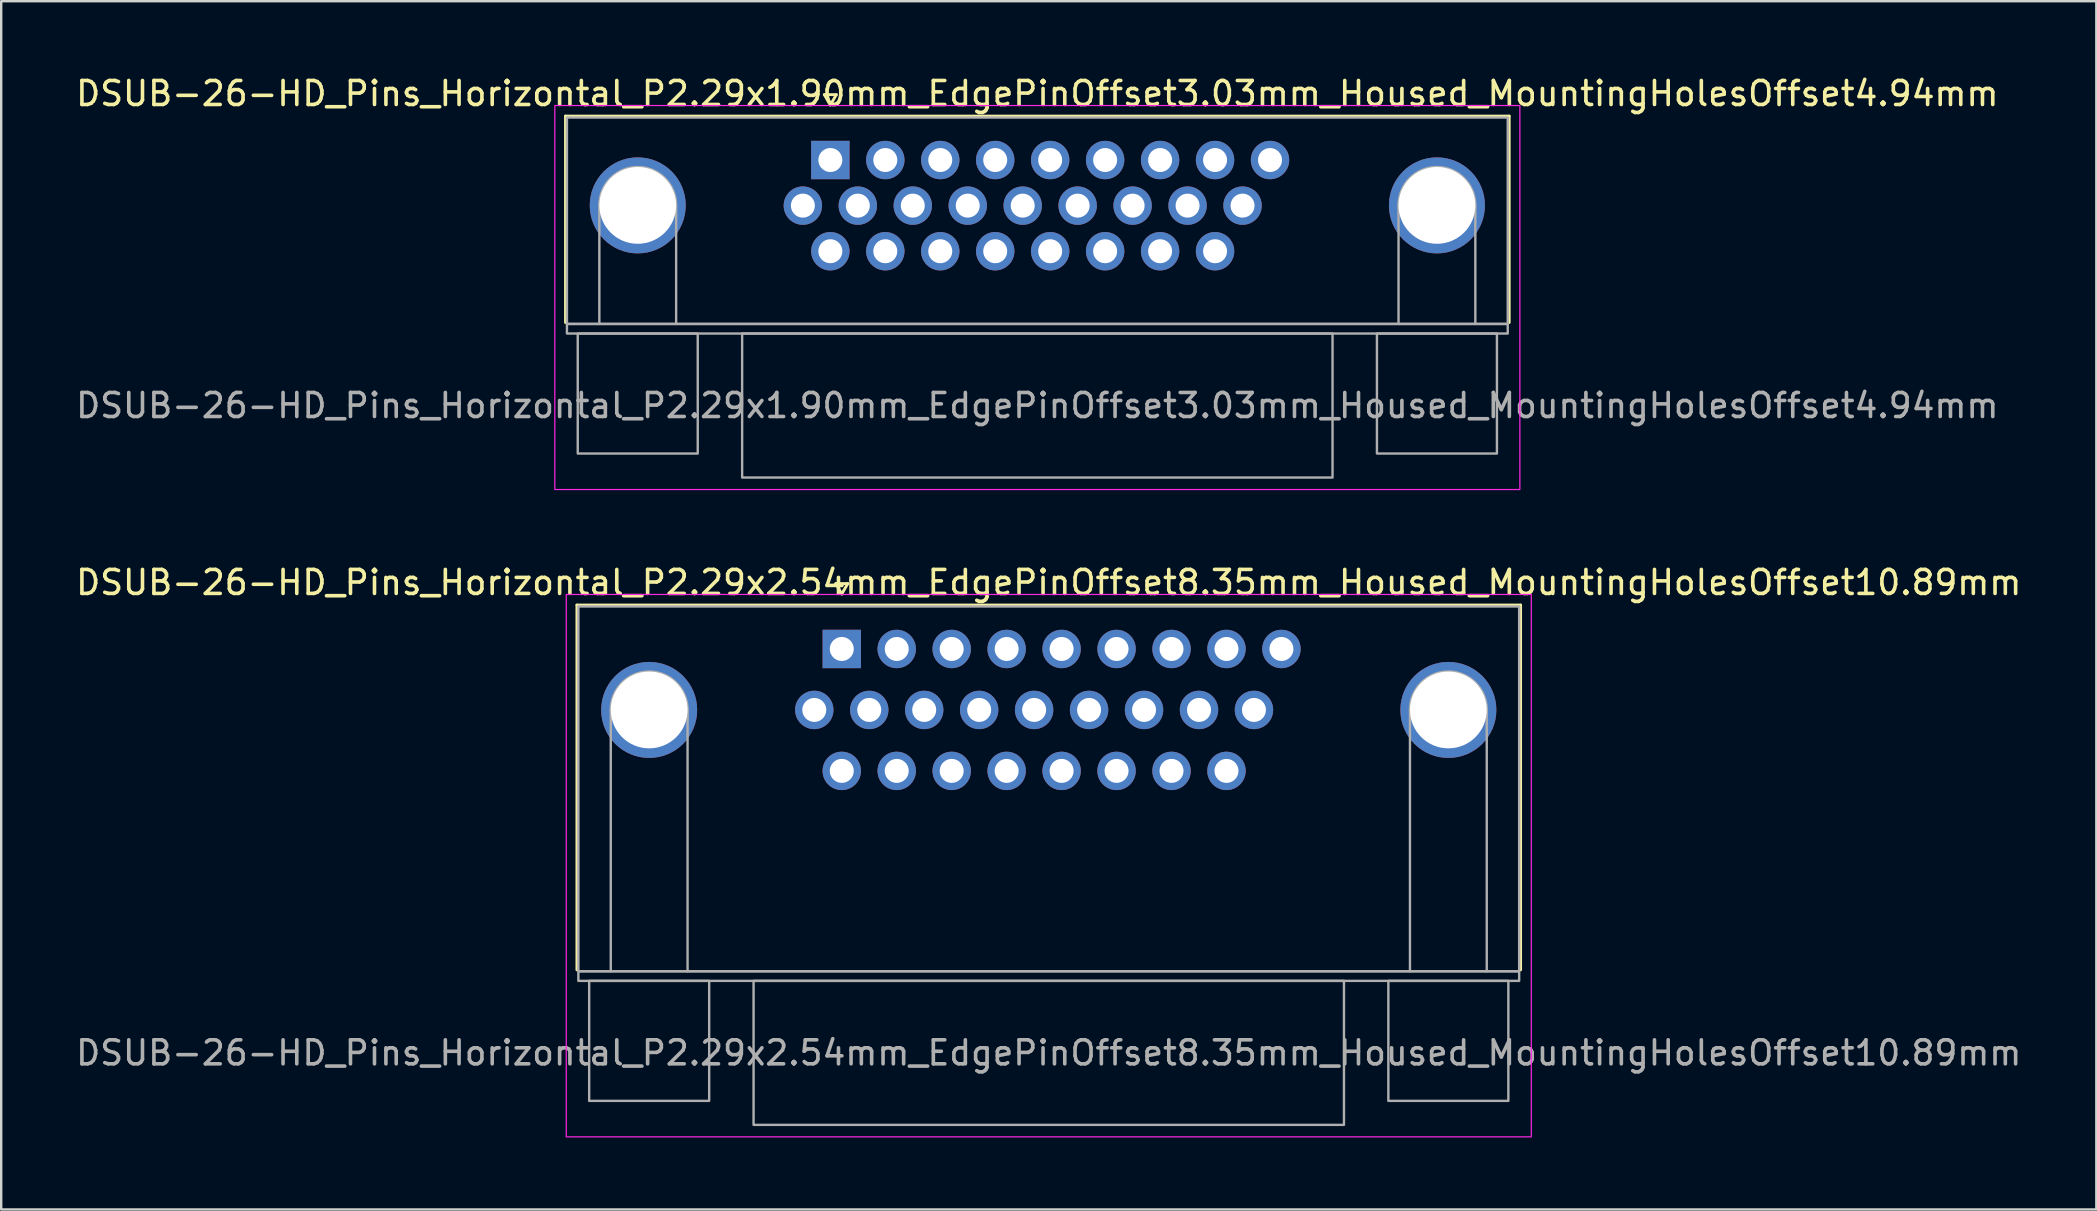
<source format=kicad_pcb>
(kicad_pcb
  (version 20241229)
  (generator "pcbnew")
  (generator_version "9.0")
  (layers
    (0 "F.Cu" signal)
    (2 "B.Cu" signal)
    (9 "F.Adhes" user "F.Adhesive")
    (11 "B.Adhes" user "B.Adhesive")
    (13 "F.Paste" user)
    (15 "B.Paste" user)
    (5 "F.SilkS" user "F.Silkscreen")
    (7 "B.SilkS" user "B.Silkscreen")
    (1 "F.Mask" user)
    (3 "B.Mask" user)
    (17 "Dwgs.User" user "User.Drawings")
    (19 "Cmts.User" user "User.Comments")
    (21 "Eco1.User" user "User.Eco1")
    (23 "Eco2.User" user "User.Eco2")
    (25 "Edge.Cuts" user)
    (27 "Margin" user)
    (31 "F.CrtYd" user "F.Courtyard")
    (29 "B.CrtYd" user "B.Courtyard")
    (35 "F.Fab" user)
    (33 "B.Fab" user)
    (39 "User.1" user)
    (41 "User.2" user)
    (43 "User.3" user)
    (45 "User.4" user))
  (footprint "DSUB-26-HD_Pins_Horizontal_P2.29x1.90mm_EdgePinOffset3.03mm_Housed_MountingHolesOffset4.94mm"
    (layer "F.Cu")
    (at 31.548 3.618)
    (property "Reference" "DSUB-26-HD_Pins_Horizontal_P2.29x1.90mm_EdgePinOffset3.03mm_Housed_MountingHolesOffset4.94mm" (at 8.625 -2.77 0) (layer "F.SilkS") (effects (font (size 1 1) (thickness 0.15))))
    (attr through_hole)
    (fp_line (start -11.035 -1.83) (end 28.285 -1.83) (stroke (width 0.12) (type solid)) (layer "F.SilkS"))
    (fp_line (start -11.035 6.77) (end -11.035 -1.83) (stroke (width 0.12) (type solid)) (layer "F.SilkS"))
    (fp_line (start -0.25 -2.724) (end 0.25 -2.724) (stroke (width 0.12) (type solid)) (layer "F.SilkS"))
    (fp_line (start 0 -2.291) (end -0.25 -2.724) (stroke (width 0.12) (type solid)) (layer "F.SilkS"))
    (fp_line (start 0.25 -2.724) (end 0 -2.291) (stroke (width 0.12) (type solid)) (layer "F.SilkS"))
    (fp_line (start 28.285 -1.83) (end 28.285 6.77) (stroke (width 0.12) (type solid)) (layer "F.SilkS"))
    (fp_rect (start -11.48 -2.27) (end 28.73 13.73) (stroke (width 0.05) (type solid)) (fill no) (layer "F.CrtYd"))
    (fp_line (start -9.625 6.83) (end -9.625 1.89) (stroke (width 0.1) (type solid)) (layer "F.Fab"))
    (fp_line (start -6.425 6.83) (end -6.425 1.89) (stroke (width 0.1) (type solid)) (layer "F.Fab"))
    (fp_line (start 23.675 6.83) (end 23.675 1.89) (stroke (width 0.1) (type solid)) (layer "F.Fab"))
    (fp_line (start 26.875 6.83) (end 26.875 1.89) (stroke (width 0.1) (type solid)) (layer "F.Fab"))
    (fp_rect (start -10.975 -1.77) (end 28.225 6.83) (stroke (width 0.1) (type solid)) (fill no) (layer "F.Fab"))
    (fp_rect (start -10.975 6.83) (end 28.225 7.23) (stroke (width 0.1) (type solid)) (fill no) (layer "F.Fab"))
    (fp_rect (start -10.525 7.23) (end -5.525 12.23) (stroke (width 0.1) (type solid)) (fill no) (layer "F.Fab"))
    (fp_rect (start -3.675 7.23) (end 20.925 13.23) (stroke (width 0.1) (type solid)) (fill no) (layer "F.Fab"))
    (fp_rect (start 22.775 7.23) (end 27.775 12.23) (stroke (width 0.1) (type solid)) (fill no) (layer "F.Fab"))
    (fp_arc (start -9.625 1.89) (mid -8.025 0.29) (end -6.425 1.89) (stroke (width 0.1) (type solid)) (layer "F.Fab"))
    (fp_arc (start 23.675 1.89) (mid 25.275 0.29) (end 26.875 1.89) (stroke (width 0.1) (type solid)) (layer "F.Fab"))
    (fp_text user "${REFERENCE}" (at 8.625 10.23 0) (layer "F.Fab") (effects (font (size 1 1) (thickness 0.15))))
    (pad "1" thru_hole rect (at 0 0) (size 1.6 1.6) (drill 1) (layers "*.Cu" "*.Mask"))
    (pad "2" thru_hole circle (at 2.29 0) (size 1.6 1.6) (drill 1) (layers "*.Cu" "*.Mask"))
    (pad "3" thru_hole circle (at 4.58 0) (size 1.6 1.6) (drill 1) (layers "*.Cu" "*.Mask"))
    (pad "4" thru_hole circle (at 6.87 0) (size 1.6 1.6) (drill 1) (layers "*.Cu" "*.Mask"))
    (pad "5" thru_hole circle (at 9.16 0) (size 1.6 1.6) (drill 1) (layers "*.Cu" "*.Mask"))
    (pad "6" thru_hole circle (at 11.45 0) (size 1.6 1.6) (drill 1) (layers "*.Cu" "*.Mask"))
    (pad "7" thru_hole circle (at 13.74 0) (size 1.6 1.6) (drill 1) (layers "*.Cu" "*.Mask"))
    (pad "8" thru_hole circle (at 16.03 0) (size 1.6 1.6) (drill 1) (layers "*.Cu" "*.Mask"))
    (pad "9" thru_hole circle (at 18.32 0) (size 1.6 1.6) (drill 1) (layers "*.Cu" "*.Mask"))
    (pad "10" thru_hole circle (at -1.145 1.9) (size 1.6 1.6) (drill 1) (layers "*.Cu" "*.Mask"))
    (pad "11" thru_hole circle (at 1.145 1.9) (size 1.6 1.6) (drill 1) (layers "*.Cu" "*.Mask"))
    (pad "12" thru_hole circle (at 3.435 1.9) (size 1.6 1.6) (drill 1) (layers "*.Cu" "*.Mask"))
    (pad "13" thru_hole circle (at 5.725 1.9) (size 1.6 1.6) (drill 1) (layers "*.Cu" "*.Mask"))
    (pad "14" thru_hole circle (at 8.015 1.9) (size 1.6 1.6) (drill 1) (layers "*.Cu" "*.Mask"))
    (pad "15" thru_hole circle (at 10.305 1.9) (size 1.6 1.6) (drill 1) (layers "*.Cu" "*.Mask"))
    (pad "16" thru_hole circle (at 12.595 1.9) (size 1.6 1.6) (drill 1) (layers "*.Cu" "*.Mask"))
    (pad "17" thru_hole circle (at 14.885 1.9) (size 1.6 1.6) (drill 1) (layers "*.Cu" "*.Mask"))
    (pad "18" thru_hole circle (at 17.175 1.9) (size 1.6 1.6) (drill 1) (layers "*.Cu" "*.Mask"))
    (pad "19" thru_hole circle (at 0 3.8) (size 1.6 1.6) (drill 1) (layers "*.Cu" "*.Mask"))
    (pad "20" thru_hole circle (at 2.29 3.8) (size 1.6 1.6) (drill 1) (layers "*.Cu" "*.Mask"))
    (pad "21" thru_hole circle (at 4.58 3.8) (size 1.6 1.6) (drill 1) (layers "*.Cu" "*.Mask"))
    (pad "22" thru_hole circle (at 6.87 3.8) (size 1.6 1.6) (drill 1) (layers "*.Cu" "*.Mask"))
    (pad "23" thru_hole circle (at 9.16 3.8) (size 1.6 1.6) (drill 1) (layers "*.Cu" "*.Mask"))
    (pad "24" thru_hole circle (at 11.45 3.8) (size 1.6 1.6) (drill 1) (layers "*.Cu" "*.Mask"))
    (pad "25" thru_hole circle (at 13.74 3.8) (size 1.6 1.6) (drill 1) (layers "*.Cu" "*.Mask"))
    (pad "26" thru_hole circle (at 16.03 3.8) (size 1.6 1.6) (drill 1) (layers "*.Cu" "*.Mask"))
    (pad "SH" thru_hole circle (at -8.025 1.89) (size 4 4) (drill 3.2) (layers "*.Cu" "*.Mask"))
    (pad "SH" thru_hole circle (at 25.275 1.89) (size 4 4) (drill 3.2) (layers "*.Cu" "*.Mask")))
  (footprint "DSUB-26-HD_Pins_Horizontal_P2.29x2.54mm_EdgePinOffset8.35mm_Housed_MountingHolesOffset10.89mm"
    (layer "F.Cu")
    (at 32.024 23.991)
    (property "Reference" "DSUB-26-HD_Pins_Horizontal_P2.29x2.54mm_EdgePinOffset8.35mm_Housed_MountingHolesOffset10.89mm" (at 8.625 -2.77 0) (layer "F.SilkS") (effects (font (size 1 1) (thickness 0.15))))
    (attr through_hole)
    (fp_line (start -11.035 -1.83) (end 28.285 -1.83) (stroke (width 0.12) (type solid)) (layer "F.SilkS"))
    (fp_line (start -11.035 13.37) (end -11.035 -1.83) (stroke (width 0.12) (type solid)) (layer "F.SilkS"))
    (fp_line (start -0.25 -2.724) (end 0.25 -2.724) (stroke (width 0.12) (type solid)) (layer "F.SilkS"))
    (fp_line (start 0 -2.291) (end -0.25 -2.724) (stroke (width 0.12) (type solid)) (layer "F.SilkS"))
    (fp_line (start 0.25 -2.724) (end 0 -2.291) (stroke (width 0.12) (type solid)) (layer "F.SilkS"))
    (fp_line (start 28.285 -1.83) (end 28.285 13.37) (stroke (width 0.12) (type solid)) (layer "F.SilkS"))
    (fp_rect (start -11.48 -2.27) (end 28.73 20.33) (stroke (width 0.05) (type solid)) (fill no) (layer "F.CrtYd"))
    (fp_line (start -9.625 13.43) (end -9.625 2.54) (stroke (width 0.1) (type solid)) (layer "F.Fab"))
    (fp_line (start -6.425 13.43) (end -6.425 2.54) (stroke (width 0.1) (type solid)) (layer "F.Fab"))
    (fp_line (start 23.675 13.43) (end 23.675 2.54) (stroke (width 0.1) (type solid)) (layer "F.Fab"))
    (fp_line (start 26.875 13.43) (end 26.875 2.54) (stroke (width 0.1) (type solid)) (layer "F.Fab"))
    (fp_rect (start -10.975 -1.77) (end 28.225 13.43) (stroke (width 0.1) (type solid)) (fill no) (layer "F.Fab"))
    (fp_rect (start -10.975 13.43) (end 28.225 13.83) (stroke (width 0.1) (type solid)) (fill no) (layer "F.Fab"))
    (fp_rect (start -10.525 13.83) (end -5.525 18.83) (stroke (width 0.1) (type solid)) (fill no) (layer "F.Fab"))
    (fp_rect (start -3.675 13.83) (end 20.925 19.83) (stroke (width 0.1) (type solid)) (fill no) (layer "F.Fab"))
    (fp_rect (start 22.775 13.83) (end 27.775 18.83) (stroke (width 0.1) (type solid)) (fill no) (layer "F.Fab"))
    (fp_arc (start -9.625 2.54) (mid -8.025 0.94) (end -6.425 2.54) (stroke (width 0.1) (type solid)) (layer "F.Fab"))
    (fp_arc (start 23.675 2.54) (mid 25.275 0.94) (end 26.875 2.54) (stroke (width 0.1) (type solid)) (layer "F.Fab"))
    (fp_text user "${REFERENCE}" (at 8.625 16.83 0) (layer "F.Fab") (effects (font (size 1 1) (thickness 0.15))))
    (pad "1" thru_hole rect (at 0 0) (size 1.6 1.6) (drill 1) (layers "*.Cu" "*.Mask"))
    (pad "2" thru_hole circle (at 2.29 0) (size 1.6 1.6) (drill 1) (layers "*.Cu" "*.Mask"))
    (pad "3" thru_hole circle (at 4.58 0) (size 1.6 1.6) (drill 1) (layers "*.Cu" "*.Mask"))
    (pad "4" thru_hole circle (at 6.87 0) (size 1.6 1.6) (drill 1) (layers "*.Cu" "*.Mask"))
    (pad "5" thru_hole circle (at 9.16 0) (size 1.6 1.6) (drill 1) (layers "*.Cu" "*.Mask"))
    (pad "6" thru_hole circle (at 11.45 0) (size 1.6 1.6) (drill 1) (layers "*.Cu" "*.Mask"))
    (pad "7" thru_hole circle (at 13.74 0) (size 1.6 1.6) (drill 1) (layers "*.Cu" "*.Mask"))
    (pad "8" thru_hole circle (at 16.03 0) (size 1.6 1.6) (drill 1) (layers "*.Cu" "*.Mask"))
    (pad "9" thru_hole circle (at 18.32 0) (size 1.6 1.6) (drill 1) (layers "*.Cu" "*.Mask"))
    (pad "10" thru_hole circle (at -1.145 2.54) (size 1.6 1.6) (drill 1) (layers "*.Cu" "*.Mask"))
    (pad "11" thru_hole circle (at 1.145 2.54) (size 1.6 1.6) (drill 1) (layers "*.Cu" "*.Mask"))
    (pad "12" thru_hole circle (at 3.435 2.54) (size 1.6 1.6) (drill 1) (layers "*.Cu" "*.Mask"))
    (pad "13" thru_hole circle (at 5.725 2.54) (size 1.6 1.6) (drill 1) (layers "*.Cu" "*.Mask"))
    (pad "14" thru_hole circle (at 8.015 2.54) (size 1.6 1.6) (drill 1) (layers "*.Cu" "*.Mask"))
    (pad "15" thru_hole circle (at 10.305 2.54) (size 1.6 1.6) (drill 1) (layers "*.Cu" "*.Mask"))
    (pad "16" thru_hole circle (at 12.595 2.54) (size 1.6 1.6) (drill 1) (layers "*.Cu" "*.Mask"))
    (pad "17" thru_hole circle (at 14.885 2.54) (size 1.6 1.6) (drill 1) (layers "*.Cu" "*.Mask"))
    (pad "18" thru_hole circle (at 17.175 2.54) (size 1.6 1.6) (drill 1) (layers "*.Cu" "*.Mask"))
    (pad "19" thru_hole circle (at 0 5.08) (size 1.6 1.6) (drill 1) (layers "*.Cu" "*.Mask"))
    (pad "20" thru_hole circle (at 2.29 5.08) (size 1.6 1.6) (drill 1) (layers "*.Cu" "*.Mask"))
    (pad "21" thru_hole circle (at 4.58 5.08) (size 1.6 1.6) (drill 1) (layers "*.Cu" "*.Mask"))
    (pad "22" thru_hole circle (at 6.87 5.08) (size 1.6 1.6) (drill 1) (layers "*.Cu" "*.Mask"))
    (pad "23" thru_hole circle (at 9.16 5.08) (size 1.6 1.6) (drill 1) (layers "*.Cu" "*.Mask"))
    (pad "24" thru_hole circle (at 11.45 5.08) (size 1.6 1.6) (drill 1) (layers "*.Cu" "*.Mask"))
    (pad "25" thru_hole circle (at 13.74 5.08) (size 1.6 1.6) (drill 1) (layers "*.Cu" "*.Mask"))
    (pad "26" thru_hole circle (at 16.03 5.08) (size 1.6 1.6) (drill 1) (layers "*.Cu" "*.Mask"))
    (pad "SH" thru_hole circle (at -8.025 2.54) (size 4 4) (drill 3.2) (layers "*.Cu" "*.Mask"))
    (pad "SH" thru_hole circle (at 25.275 2.54) (size 4 4) (drill 3.2) (layers "*.Cu" "*.Mask")))
  (gr_rect
    (start -3 -3)
    (end 84.298 47.346)
    (stroke (width 0.1) (type default))
    (fill no)
    (layer "Edge.Cuts")))
</source>
